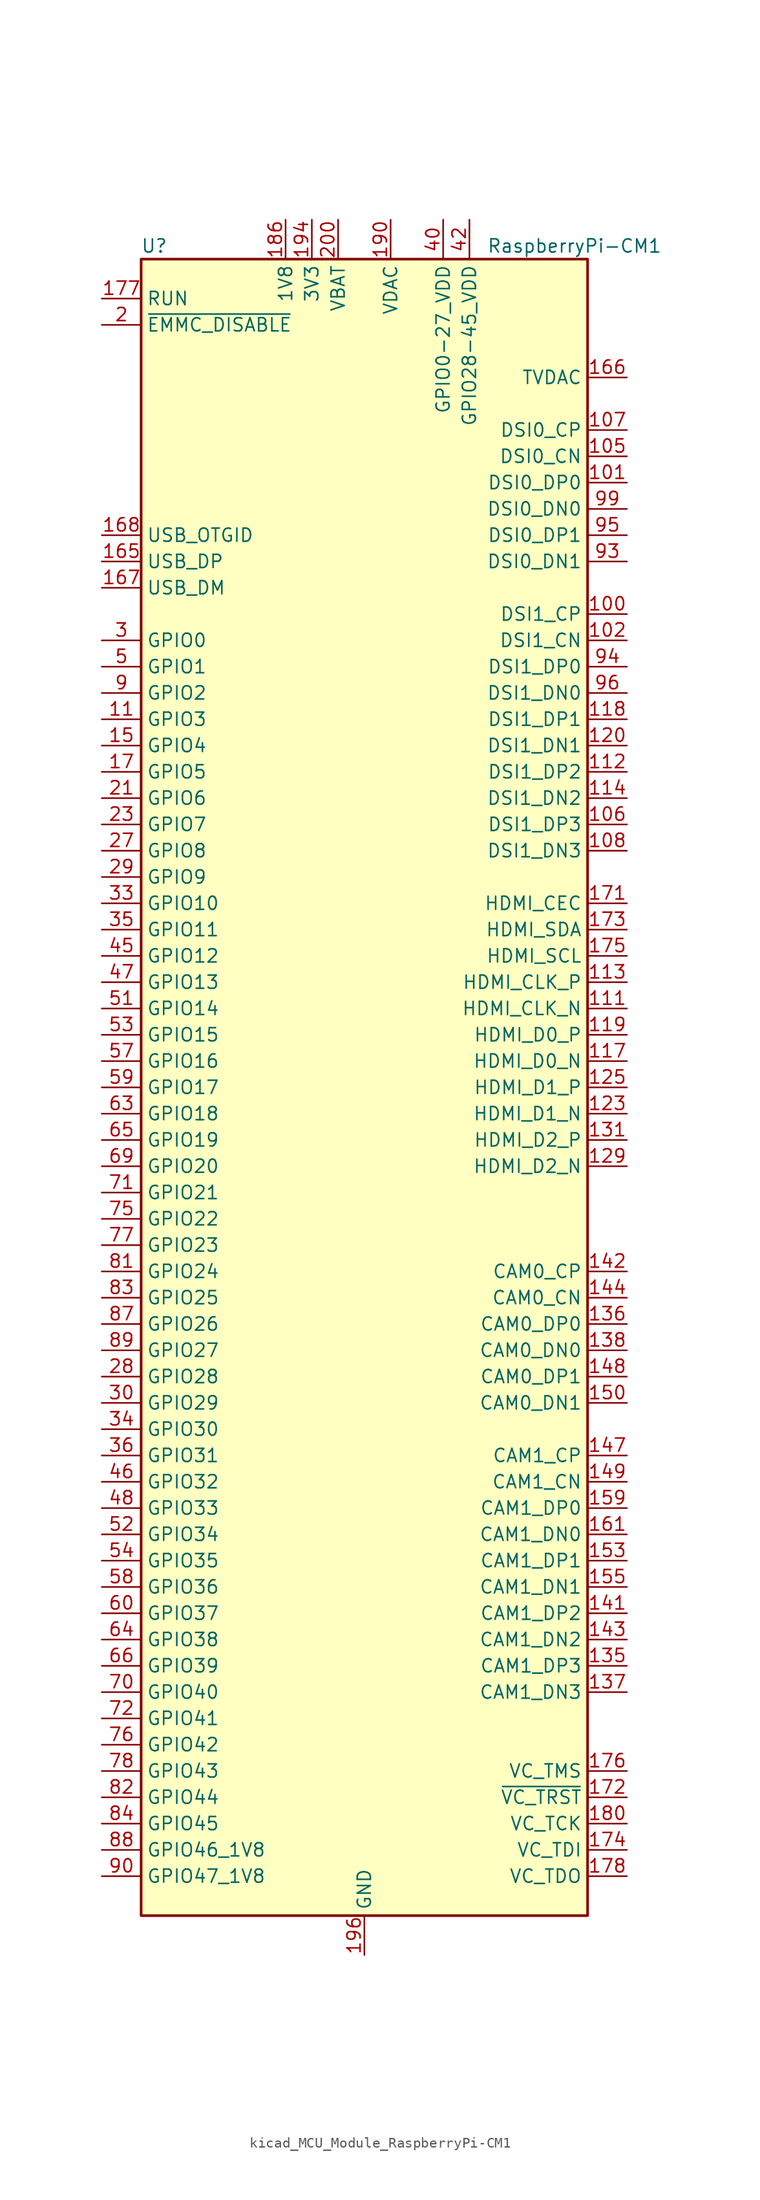
<source format=kicad_sym>
(kicad_symbol_lib
  (version 20220914)
  (generator kicad_symbol_editor)
  (symbol "kicad_MCU_Module_RaspberryPi-CM1"
    (property "Reference" "U"
      (at -20.32 81.28 0)
      (effects (font (size 1.27 1.27))))
    (property "Value" "RaspberryPi-CM1"
      (at 20.32 81.28 0)
      (effects (font (size 1.27 1.27))))
    (symbol "kicad_MCU_Module_RaspberryPi-CM1_0_1"
      (rectangle (start -21.59 80.01) (end 21.59 -80.01) (stroke (width 0.254) (type default)) (fill (type background))))
    (symbol "kicad_MCU_Module_RaspberryPi-CM1_1_1"
      (pin passive line (at 0 -83.82 90) (length 3.81) hide (name "GND" (effects (font (size 1.27 1.27)))) (number "1" (effects (font (size 1.27 1.27)))))
      (pin no_connect line (at -20.32 71.12 0) (length 2.54) hide (name "NC" (effects (font (size 1.27 1.27)))) (number "10" (effects (font (size 1.27 1.27)))))
      (pin output line (at 25.4 45.72 180) (length 3.81) (name "DSI1_CP" (effects (font (size 1.27 1.27)))) (number "100" (effects (font (size 1.27 1.27)))))
      (pin output line (at 25.4 58.42 180) (length 3.81) (name "DSI0_DP0" (effects (font (size 1.27 1.27)))) (number "101" (effects (font (size 1.27 1.27)))))
      (pin output line (at 25.4 43.18 180) (length 3.81) (name "DSI1_CN" (effects (font (size 1.27 1.27)))) (number "102" (effects (font (size 1.27 1.27)))))
      (pin passive line (at 0 -83.82 90) (length 3.81) hide (name "GND" (effects (font (size 1.27 1.27)))) (number "103" (effects (font (size 1.27 1.27)))))
      (pin passive line (at 0 -83.82 90) (length 3.81) hide (name "GND" (effects (font (size 1.27 1.27)))) (number "104" (effects (font (size 1.27 1.27)))))
      (pin output line (at 25.4 60.96 180) (length 3.81) (name "DSI0_CN" (effects (font (size 1.27 1.27)))) (number "105" (effects (font (size 1.27 1.27)))))
      (pin output line (at 25.4 25.4 180) (length 3.81) (name "DSI1_DP3" (effects (font (size 1.27 1.27)))) (number "106" (effects (font (size 1.27 1.27)))))
      (pin output line (at 25.4 63.5 180) (length 3.81) (name "DSI0_CP" (effects (font (size 1.27 1.27)))) (number "107" (effects (font (size 1.27 1.27)))))
      (pin output line (at 25.4 22.86 180) (length 3.81) (name "DSI1_DN3" (effects (font (size 1.27 1.27)))) (number "108" (effects (font (size 1.27 1.27)))))
      (pin passive line (at 0 -83.82 90) (length 3.81) hide (name "GND" (effects (font (size 1.27 1.27)))) (number "109" (effects (font (size 1.27 1.27)))))
      (pin bidirectional line (at -25.4 35.56 0) (length 3.81) (name "GPIO3" (effects (font (size 1.27 1.27)))) (number "11" (effects (font (size 1.27 1.27)))))
      (pin passive line (at 0 -83.82 90) (length 3.81) hide (name "GND" (effects (font (size 1.27 1.27)))) (number "110" (effects (font (size 1.27 1.27)))))
      (pin output line (at 25.4 7.62 180) (length 3.81) (name "HDMI_CLK_N" (effects (font (size 1.27 1.27)))) (number "111" (effects (font (size 1.27 1.27)))))
      (pin output line (at 25.4 30.48 180) (length 3.81) (name "DSI1_DP2" (effects (font (size 1.27 1.27)))) (number "112" (effects (font (size 1.27 1.27)))))
      (pin output line (at 25.4 10.16 180) (length 3.81) (name "HDMI_CLK_P" (effects (font (size 1.27 1.27)))) (number "113" (effects (font (size 1.27 1.27)))))
      (pin output line (at 25.4 27.94 180) (length 3.81) (name "DSI1_DN2" (effects (font (size 1.27 1.27)))) (number "114" (effects (font (size 1.27 1.27)))))
      (pin passive line (at 0 -83.82 90) (length 3.81) hide (name "GND" (effects (font (size 1.27 1.27)))) (number "115" (effects (font (size 1.27 1.27)))))
      (pin passive line (at 0 -83.82 90) (length 3.81) hide (name "GND" (effects (font (size 1.27 1.27)))) (number "116" (effects (font (size 1.27 1.27)))))
      (pin output line (at 25.4 2.54 180) (length 3.81) (name "HDMI_D0_N" (effects (font (size 1.27 1.27)))) (number "117" (effects (font (size 1.27 1.27)))))
      (pin output line (at 25.4 35.56 180) (length 3.81) (name "DSI1_DP1" (effects (font (size 1.27 1.27)))) (number "118" (effects (font (size 1.27 1.27)))))
      (pin output line (at 25.4 5.08 180) (length 3.81) (name "HDMI_D0_P" (effects (font (size 1.27 1.27)))) (number "119" (effects (font (size 1.27 1.27)))))
      (pin no_connect line (at -20.32 68.58 0) (length 2.54) hide (name "NC" (effects (font (size 1.27 1.27)))) (number "12" (effects (font (size 1.27 1.27)))))
      (pin output line (at 25.4 33.02 180) (length 3.81) (name "DSI1_DN1" (effects (font (size 1.27 1.27)))) (number "120" (effects (font (size 1.27 1.27)))))
      (pin passive line (at 0 -83.82 90) (length 3.81) hide (name "GND" (effects (font (size 1.27 1.27)))) (number "121" (effects (font (size 1.27 1.27)))))
      (pin passive line (at 0 -83.82 90) (length 3.81) hide (name "GND" (effects (font (size 1.27 1.27)))) (number "122" (effects (font (size 1.27 1.27)))))
      (pin output line (at 25.4 -2.54 180) (length 3.81) (name "HDMI_D1_N" (effects (font (size 1.27 1.27)))) (number "123" (effects (font (size 1.27 1.27)))))
      (pin no_connect line (at 20.32 76.2 180) (length 2.54) hide (name "NC" (effects (font (size 1.27 1.27)))) (number "124" (effects (font (size 1.27 1.27)))))
      (pin output line (at 25.4 0 180) (length 3.81) (name "HDMI_D1_P" (effects (font (size 1.27 1.27)))) (number "125" (effects (font (size 1.27 1.27)))))
      (pin no_connect line (at 20.32 73.66 180) (length 2.54) hide (name "NC" (effects (font (size 1.27 1.27)))) (number "126" (effects (font (size 1.27 1.27)))))
      (pin passive line (at 0 -83.82 90) (length 3.81) hide (name "GND" (effects (font (size 1.27 1.27)))) (number "127" (effects (font (size 1.27 1.27)))))
      (pin no_connect line (at 20.32 71.12 180) (length 2.54) hide (name "NC" (effects (font (size 1.27 1.27)))) (number "128" (effects (font (size 1.27 1.27)))))
      (pin output line (at 25.4 -7.62 180) (length 3.81) (name "HDMI_D2_N" (effects (font (size 1.27 1.27)))) (number "129" (effects (font (size 1.27 1.27)))))
      (pin passive line (at 0 -83.82 90) (length 3.81) hide (name "GND" (effects (font (size 1.27 1.27)))) (number "13" (effects (font (size 1.27 1.27)))))
      (pin no_connect line (at 20.32 66.04 180) (length 2.54) hide (name "NC" (effects (font (size 1.27 1.27)))) (number "130" (effects (font (size 1.27 1.27)))))
      (pin output line (at 25.4 -5.08 180) (length 3.81) (name "HDMI_D2_P" (effects (font (size 1.27 1.27)))) (number "131" (effects (font (size 1.27 1.27)))))
      (pin no_connect line (at 20.32 48.26 180) (length 2.54) hide (name "NC" (effects (font (size 1.27 1.27)))) (number "132" (effects (font (size 1.27 1.27)))))
      (pin passive line (at 0 -83.82 90) (length 3.81) hide (name "GND" (effects (font (size 1.27 1.27)))) (number "133" (effects (font (size 1.27 1.27)))))
      (pin passive line (at 0 -83.82 90) (length 3.81) hide (name "GND" (effects (font (size 1.27 1.27)))) (number "134" (effects (font (size 1.27 1.27)))))
      (pin input line (at 25.4 -55.88 180) (length 3.81) (name "CAM1_DP3" (effects (font (size 1.27 1.27)))) (number "135" (effects (font (size 1.27 1.27)))))
      (pin input line (at 25.4 -22.86 180) (length 3.81) (name "CAM0_DP0" (effects (font (size 1.27 1.27)))) (number "136" (effects (font (size 1.27 1.27)))))
      (pin input line (at 25.4 -58.42 180) (length 3.81) (name "CAM1_DN3" (effects (font (size 1.27 1.27)))) (number "137" (effects (font (size 1.27 1.27)))))
      (pin input line (at 25.4 -25.4 180) (length 3.81) (name "CAM0_DN0" (effects (font (size 1.27 1.27)))) (number "138" (effects (font (size 1.27 1.27)))))
      (pin passive line (at 0 -83.82 90) (length 3.81) hide (name "GND" (effects (font (size 1.27 1.27)))) (number "139" (effects (font (size 1.27 1.27)))))
      (pin no_connect line (at 5.08 -78.74 90) (length 2.54) hide (name "NC" (effects (font (size 1.27 1.27)))) (number "14" (effects (font (size 1.27 1.27)))))
      (pin passive line (at 0 -83.82 90) (length 3.81) hide (name "GND" (effects (font (size 1.27 1.27)))) (number "140" (effects (font (size 1.27 1.27)))))
      (pin input line (at 25.4 -50.8 180) (length 3.81) (name "CAM1_DP2" (effects (font (size 1.27 1.27)))) (number "141" (effects (font (size 1.27 1.27)))))
      (pin input line (at 25.4 -17.78 180) (length 3.81) (name "CAM0_CP" (effects (font (size 1.27 1.27)))) (number "142" (effects (font (size 1.27 1.27)))))
      (pin input line (at 25.4 -53.34 180) (length 3.81) (name "CAM1_DN2" (effects (font (size 1.27 1.27)))) (number "143" (effects (font (size 1.27 1.27)))))
      (pin input line (at 25.4 -20.32 180) (length 3.81) (name "CAM0_CN" (effects (font (size 1.27 1.27)))) (number "144" (effects (font (size 1.27 1.27)))))
      (pin passive line (at 0 -83.82 90) (length 3.81) hide (name "GND" (effects (font (size 1.27 1.27)))) (number "145" (effects (font (size 1.27 1.27)))))
      (pin passive line (at 0 -83.82 90) (length 3.81) hide (name "GND" (effects (font (size 1.27 1.27)))) (number "146" (effects (font (size 1.27 1.27)))))
      (pin input line (at 25.4 -35.56 180) (length 3.81) (name "CAM1_CP" (effects (font (size 1.27 1.27)))) (number "147" (effects (font (size 1.27 1.27)))))
      (pin input line (at 25.4 -27.94 180) (length 3.81) (name "CAM0_DP1" (effects (font (size 1.27 1.27)))) (number "148" (effects (font (size 1.27 1.27)))))
      (pin input line (at 25.4 -38.1 180) (length 3.81) (name "CAM1_CN" (effects (font (size 1.27 1.27)))) (number "149" (effects (font (size 1.27 1.27)))))
      (pin bidirectional line (at -25.4 33.02 0) (length 3.81) (name "GPIO4" (effects (font (size 1.27 1.27)))) (number "15" (effects (font (size 1.27 1.27)))))
      (pin input line (at 25.4 -30.48 180) (length 3.81) (name "CAM0_DN1" (effects (font (size 1.27 1.27)))) (number "150" (effects (font (size 1.27 1.27)))))
      (pin passive line (at 0 -83.82 90) (length 3.81) hide (name "GND" (effects (font (size 1.27 1.27)))) (number "151" (effects (font (size 1.27 1.27)))))
      (pin passive line (at 0 -83.82 90) (length 3.81) hide (name "GND" (effects (font (size 1.27 1.27)))) (number "152" (effects (font (size 1.27 1.27)))))
      (pin input line (at 25.4 -45.72 180) (length 3.81) (name "CAM1_DP1" (effects (font (size 1.27 1.27)))) (number "153" (effects (font (size 1.27 1.27)))))
      (pin no_connect line (at 20.32 -15.24 180) (length 2.54) hide (name "NC" (effects (font (size 1.27 1.27)))) (number "154" (effects (font (size 1.27 1.27)))))
      (pin input line (at 25.4 -48.26 180) (length 3.81) (name "CAM1_DN1" (effects (font (size 1.27 1.27)))) (number "155" (effects (font (size 1.27 1.27)))))
      (pin no_connect line (at 20.32 -12.7 180) (length 2.54) hide (name "NC" (effects (font (size 1.27 1.27)))) (number "156" (effects (font (size 1.27 1.27)))))
      (pin passive line (at 0 -83.82 90) (length 3.81) hide (name "GND" (effects (font (size 1.27 1.27)))) (number "157" (effects (font (size 1.27 1.27)))))
      (pin no_connect line (at 20.32 20.32 180) (length 2.54) hide (name "NC" (effects (font (size 1.27 1.27)))) (number "158" (effects (font (size 1.27 1.27)))))
      (pin input line (at 25.4 -40.64 180) (length 3.81) (name "CAM1_DP0" (effects (font (size 1.27 1.27)))) (number "159" (effects (font (size 1.27 1.27)))))
      (pin no_connect line (at -20.32 66.04 0) (length 2.54) hide (name "NC" (effects (font (size 1.27 1.27)))) (number "16" (effects (font (size 1.27 1.27)))))
      (pin no_connect line (at 20.32 -60.96 180) (length 2.54) hide (name "NC" (effects (font (size 1.27 1.27)))) (number "160" (effects (font (size 1.27 1.27)))))
      (pin input line (at 25.4 -43.18 180) (length 3.81) (name "CAM1_DN0" (effects (font (size 1.27 1.27)))) (number "161" (effects (font (size 1.27 1.27)))))
      (pin no_connect line (at 20.32 -63.5 180) (length 2.54) hide (name "NC" (effects (font (size 1.27 1.27)))) (number "162" (effects (font (size 1.27 1.27)))))
      (pin passive line (at 0 -83.82 90) (length 3.81) hide (name "GND" (effects (font (size 1.27 1.27)))) (number "163" (effects (font (size 1.27 1.27)))))
      (pin passive line (at 0 -83.82 90) (length 3.81) hide (name "GND" (effects (font (size 1.27 1.27)))) (number "164" (effects (font (size 1.27 1.27)))))
      (pin bidirectional line (at -25.4 50.8 0) (length 3.81) (name "USB_DP" (effects (font (size 1.27 1.27)))) (number "165" (effects (font (size 1.27 1.27)))))
      (pin output line (at 25.4 68.58 180) (length 3.81) (name "TVDAC" (effects (font (size 1.27 1.27)))) (number "166" (effects (font (size 1.27 1.27)))))
      (pin bidirectional line (at -25.4 48.26 0) (length 3.81) (name "USB_DM" (effects (font (size 1.27 1.27)))) (number "167" (effects (font (size 1.27 1.27)))))
      (pin passive line (at -25.4 53.34 0) (length 3.81) (name "USB_OTGID" (effects (font (size 1.27 1.27)))) (number "168" (effects (font (size 1.27 1.27)))))
      (pin passive line (at 0 -83.82 90) (length 3.81) hide (name "GND" (effects (font (size 1.27 1.27)))) (number "169" (effects (font (size 1.27 1.27)))))
      (pin bidirectional line (at -25.4 30.48 0) (length 3.81) (name "GPIO5" (effects (font (size 1.27 1.27)))) (number "17" (effects (font (size 1.27 1.27)))))
      (pin passive line (at 0 -83.82 90) (length 3.81) hide (name "GND" (effects (font (size 1.27 1.27)))) (number "170" (effects (font (size 1.27 1.27)))))
      (pin bidirectional line (at 25.4 17.78 180) (length 3.81) (name "HDMI_CEC" (effects (font (size 1.27 1.27)))) (number "171" (effects (font (size 1.27 1.27)))))
      (pin input line (at 25.4 -68.58 180) (length 3.81) (name "~{VC_TRST}" (effects (font (size 1.27 1.27)))) (number "172" (effects (font (size 1.27 1.27)))))
      (pin bidirectional line (at 25.4 15.24 180) (length 3.81) (name "HDMI_SDA" (effects (font (size 1.27 1.27)))) (number "173" (effects (font (size 1.27 1.27)))))
      (pin input line (at 25.4 -73.66 180) (length 3.81) (name "VC_TDI" (effects (font (size 1.27 1.27)))) (number "174" (effects (font (size 1.27 1.27)))))
      (pin bidirectional line (at 25.4 12.7 180) (length 3.81) (name "HDMI_SCL" (effects (font (size 1.27 1.27)))) (number "175" (effects (font (size 1.27 1.27)))))
      (pin input line (at 25.4 -66.04 180) (length 3.81) (name "VC_TMS" (effects (font (size 1.27 1.27)))) (number "176" (effects (font (size 1.27 1.27)))))
      (pin input line (at -25.4 76.2 0) (length 3.81) (name "RUN" (effects (font (size 1.27 1.27)))) (number "177" (effects (font (size 1.27 1.27)))))
      (pin output line (at 25.4 -76.2 180) (length 3.81) (name "VC_TDO" (effects (font (size 1.27 1.27)))) (number "178" (effects (font (size 1.27 1.27)))))
      (pin no_connect line (at 0 78.74 270) (length 2.54) hide (name "VDD_CORE_(DO_NOT_CONNECT)" (effects (font (size 1.27 1.27)))) (number "179" (effects (font (size 1.27 1.27)))))
      (pin no_connect line (at -20.32 63.5 0) (length 2.54) hide (name "NC" (effects (font (size 1.27 1.27)))) (number "18" (effects (font (size 1.27 1.27)))))
      (pin input line (at 25.4 -71.12 180) (length 3.81) (name "VC_TCK" (effects (font (size 1.27 1.27)))) (number "180" (effects (font (size 1.27 1.27)))))
      (pin passive line (at 0 -83.82 90) (length 3.81) hide (name "GND" (effects (font (size 1.27 1.27)))) (number "181" (effects (font (size 1.27 1.27)))))
      (pin passive line (at 0 -83.82 90) (length 3.81) hide (name "GND" (effects (font (size 1.27 1.27)))) (number "182" (effects (font (size 1.27 1.27)))))
      (pin passive line (at -7.62 83.82 270) (length 3.81) hide (name "1V8" (effects (font (size 1.27 1.27)))) (number "183" (effects (font (size 1.27 1.27)))))
      (pin passive line (at -7.62 83.82 270) (length 3.81) hide (name "1V8" (effects (font (size 1.27 1.27)))) (number "184" (effects (font (size 1.27 1.27)))))
      (pin passive line (at -7.62 83.82 270) (length 3.81) hide (name "1V8" (effects (font (size 1.27 1.27)))) (number "185" (effects (font (size 1.27 1.27)))))
      (pin power_in line (at -7.62 83.82 270) (length 3.81) (name "1V8" (effects (font (size 1.27 1.27)))) (number "186" (effects (font (size 1.27 1.27)))))
      (pin passive line (at 0 -83.82 90) (length 3.81) hide (name "GND" (effects (font (size 1.27 1.27)))) (number "187" (effects (font (size 1.27 1.27)))))
      (pin passive line (at 0 -83.82 90) (length 3.81) hide (name "GND" (effects (font (size 1.27 1.27)))) (number "188" (effects (font (size 1.27 1.27)))))
      (pin passive line (at 2.54 83.82 270) (length 3.81) hide (name "VDAC" (effects (font (size 1.27 1.27)))) (number "189" (effects (font (size 1.27 1.27)))))
      (pin passive line (at 0 -83.82 90) (length 3.81) hide (name "GND" (effects (font (size 1.27 1.27)))) (number "19" (effects (font (size 1.27 1.27)))))
      (pin power_in line (at 2.54 83.82 270) (length 3.81) (name "VDAC" (effects (font (size 1.27 1.27)))) (number "190" (effects (font (size 1.27 1.27)))))
      (pin passive line (at -5.08 83.82 270) (length 3.81) hide (name "3V3" (effects (font (size 1.27 1.27)))) (number "191" (effects (font (size 1.27 1.27)))))
      (pin passive line (at -5.08 83.82 270) (length 3.81) hide (name "3V3" (effects (font (size 1.27 1.27)))) (number "192" (effects (font (size 1.27 1.27)))))
      (pin passive line (at -5.08 83.82 270) (length 3.81) hide (name "3V3" (effects (font (size 1.27 1.27)))) (number "193" (effects (font (size 1.27 1.27)))))
      (pin power_in line (at -5.08 83.82 270) (length 3.81) (name "3V3" (effects (font (size 1.27 1.27)))) (number "194" (effects (font (size 1.27 1.27)))))
      (pin passive line (at 0 -83.82 90) (length 3.81) hide (name "GND" (effects (font (size 1.27 1.27)))) (number "195" (effects (font (size 1.27 1.27)))))
      (pin power_out line (at 0 -83.82 90) (length 3.81) (name "GND" (effects (font (size 1.27 1.27)))) (number "196" (effects (font (size 1.27 1.27)))))
      (pin passive line (at -2.54 83.82 270) (length 3.81) hide (name "VBAT" (effects (font (size 1.27 1.27)))) (number "197" (effects (font (size 1.27 1.27)))))
      (pin passive line (at -2.54 83.82 270) (length 3.81) hide (name "VBAT" (effects (font (size 1.27 1.27)))) (number "198" (effects (font (size 1.27 1.27)))))
      (pin passive line (at -2.54 83.82 270) (length 3.81) hide (name "VBAT" (effects (font (size 1.27 1.27)))) (number "199" (effects (font (size 1.27 1.27)))))
      (pin input line (at -25.4 73.66 0) (length 3.81) (name "~{EMMC_DISABLE}" (effects (font (size 1.27 1.27)))) (number "2" (effects (font (size 1.27 1.27)))))
      (pin no_connect line (at 7.62 -78.74 90) (length 2.54) hide (name "NC" (effects (font (size 1.27 1.27)))) (number "20" (effects (font (size 1.27 1.27)))))
      (pin power_in line (at -2.54 83.82 270) (length 3.81) (name "VBAT" (effects (font (size 1.27 1.27)))) (number "200" (effects (font (size 1.27 1.27)))))
      (pin bidirectional line (at -25.4 27.94 0) (length 3.81) (name "GPIO6" (effects (font (size 1.27 1.27)))) (number "21" (effects (font (size 1.27 1.27)))))
      (pin no_connect line (at -20.32 60.96 0) (length 2.54) hide (name "NC" (effects (font (size 1.27 1.27)))) (number "22" (effects (font (size 1.27 1.27)))))
      (pin bidirectional line (at -25.4 25.4 0) (length 3.81) (name "GPIO7" (effects (font (size 1.27 1.27)))) (number "23" (effects (font (size 1.27 1.27)))))
      (pin no_connect line (at -20.32 58.42 0) (length 2.54) hide (name "NC" (effects (font (size 1.27 1.27)))) (number "24" (effects (font (size 1.27 1.27)))))
      (pin passive line (at 0 -83.82 90) (length 3.81) hide (name "GND" (effects (font (size 1.27 1.27)))) (number "25" (effects (font (size 1.27 1.27)))))
      (pin passive line (at 0 -83.82 90) (length 3.81) hide (name "GND" (effects (font (size 1.27 1.27)))) (number "26" (effects (font (size 1.27 1.27)))))
      (pin bidirectional line (at -25.4 22.86 0) (length 3.81) (name "GPIO8" (effects (font (size 1.27 1.27)))) (number "27" (effects (font (size 1.27 1.27)))))
      (pin bidirectional line (at -25.4 -27.94 0) (length 3.81) (name "GPIO28" (effects (font (size 1.27 1.27)))) (number "28" (effects (font (size 1.27 1.27)))))
      (pin bidirectional line (at -25.4 20.32 0) (length 3.81) (name "GPIO9" (effects (font (size 1.27 1.27)))) (number "29" (effects (font (size 1.27 1.27)))))
      (pin bidirectional line (at -25.4 43.18 0) (length 3.81) (name "GPIO0" (effects (font (size 1.27 1.27)))) (number "3" (effects (font (size 1.27 1.27)))))
      (pin bidirectional line (at -25.4 -30.48 0) (length 3.81) (name "GPIO29" (effects (font (size 1.27 1.27)))) (number "30" (effects (font (size 1.27 1.27)))))
      (pin passive line (at 0 -83.82 90) (length 3.81) hide (name "GND" (effects (font (size 1.27 1.27)))) (number "31" (effects (font (size 1.27 1.27)))))
      (pin passive line (at 0 -83.82 90) (length 3.81) hide (name "GND" (effects (font (size 1.27 1.27)))) (number "32" (effects (font (size 1.27 1.27)))))
      (pin bidirectional line (at -25.4 17.78 0) (length 3.81) (name "GPIO10" (effects (font (size 1.27 1.27)))) (number "33" (effects (font (size 1.27 1.27)))))
      (pin bidirectional line (at -25.4 -33.02 0) (length 3.81) (name "GPIO30" (effects (font (size 1.27 1.27)))) (number "34" (effects (font (size 1.27 1.27)))))
      (pin bidirectional line (at -25.4 15.24 0) (length 3.81) (name "GPIO11" (effects (font (size 1.27 1.27)))) (number "35" (effects (font (size 1.27 1.27)))))
      (pin bidirectional line (at -25.4 -35.56 0) (length 3.81) (name "GPIO31" (effects (font (size 1.27 1.27)))) (number "36" (effects (font (size 1.27 1.27)))))
      (pin passive line (at 0 -83.82 90) (length 3.81) hide (name "GND" (effects (font (size 1.27 1.27)))) (number "37" (effects (font (size 1.27 1.27)))))
      (pin passive line (at 0 -83.82 90) (length 3.81) hide (name "GND" (effects (font (size 1.27 1.27)))) (number "38" (effects (font (size 1.27 1.27)))))
      (pin passive line (at 7.62 83.82 270) (length 3.81) hide (name "GPIO0-27_VDD" (effects (font (size 1.27 1.27)))) (number "39" (effects (font (size 1.27 1.27)))))
      (pin no_connect line (at 5.08 78.74 270) (length 2.54) hide (name "NC" (effects (font (size 1.27 1.27)))) (number "4" (effects (font (size 1.27 1.27)))))
      (pin power_in line (at 7.62 83.82 270) (length 3.81) (name "GPIO0-27_VDD" (effects (font (size 1.27 1.27)))) (number "40" (effects (font (size 1.27 1.27)))))
      (pin passive line (at 10.16 83.82 270) (length 3.81) hide (name "GPIO28-45_VDD" (effects (font (size 1.27 1.27)))) (number "41" (effects (font (size 1.27 1.27)))))
      (pin power_in line (at 10.16 83.82 270) (length 3.81) (name "GPIO28-45_VDD" (effects (font (size 1.27 1.27)))) (number "42" (effects (font (size 1.27 1.27)))))
      (pin passive line (at 0 -83.82 90) (length 3.81) hide (name "GND" (effects (font (size 1.27 1.27)))) (number "43" (effects (font (size 1.27 1.27)))))
      (pin passive line (at 0 -83.82 90) (length 3.81) hide (name "GND" (effects (font (size 1.27 1.27)))) (number "44" (effects (font (size 1.27 1.27)))))
      (pin bidirectional line (at -25.4 12.7 0) (length 3.81) (name "GPIO12" (effects (font (size 1.27 1.27)))) (number "45" (effects (font (size 1.27 1.27)))))
      (pin bidirectional line (at -25.4 -38.1 0) (length 3.81) (name "GPIO32" (effects (font (size 1.27 1.27)))) (number "46" (effects (font (size 1.27 1.27)))))
      (pin bidirectional line (at -25.4 10.16 0) (length 3.81) (name "GPIO13" (effects (font (size 1.27 1.27)))) (number "47" (effects (font (size 1.27 1.27)))))
      (pin bidirectional line (at -25.4 -40.64 0) (length 3.81) (name "GPIO33" (effects (font (size 1.27 1.27)))) (number "48" (effects (font (size 1.27 1.27)))))
      (pin passive line (at 0 -83.82 90) (length 3.81) hide (name "GND" (effects (font (size 1.27 1.27)))) (number "49" (effects (font (size 1.27 1.27)))))
      (pin bidirectional line (at -25.4 40.64 0) (length 3.81) (name "GPIO1" (effects (font (size 1.27 1.27)))) (number "5" (effects (font (size 1.27 1.27)))))
      (pin passive line (at 0 -83.82 90) (length 3.81) hide (name "GND" (effects (font (size 1.27 1.27)))) (number "50" (effects (font (size 1.27 1.27)))))
      (pin bidirectional line (at -25.4 7.62 0) (length 3.81) (name "GPIO14" (effects (font (size 1.27 1.27)))) (number "51" (effects (font (size 1.27 1.27)))))
      (pin bidirectional line (at -25.4 -43.18 0) (length 3.81) (name "GPIO34" (effects (font (size 1.27 1.27)))) (number "52" (effects (font (size 1.27 1.27)))))
      (pin bidirectional line (at -25.4 5.08 0) (length 3.81) (name "GPIO15" (effects (font (size 1.27 1.27)))) (number "53" (effects (font (size 1.27 1.27)))))
      (pin bidirectional line (at -25.4 -45.72 0) (length 3.81) (name "GPIO35" (effects (font (size 1.27 1.27)))) (number "54" (effects (font (size 1.27 1.27)))))
      (pin passive line (at 0 -83.82 90) (length 3.81) hide (name "GND" (effects (font (size 1.27 1.27)))) (number "55" (effects (font (size 1.27 1.27)))))
      (pin passive line (at 0 -83.82 90) (length 3.81) hide (name "GND" (effects (font (size 1.27 1.27)))) (number "56" (effects (font (size 1.27 1.27)))))
      (pin bidirectional line (at -25.4 2.54 0) (length 3.81) (name "GPIO16" (effects (font (size 1.27 1.27)))) (number "57" (effects (font (size 1.27 1.27)))))
      (pin bidirectional line (at -25.4 -48.26 0) (length 3.81) (name "GPIO36" (effects (font (size 1.27 1.27)))) (number "58" (effects (font (size 1.27 1.27)))))
      (pin bidirectional line (at -25.4 0 0) (length 3.81) (name "GPIO17" (effects (font (size 1.27 1.27)))) (number "59" (effects (font (size 1.27 1.27)))))
      (pin no_connect line (at 12.7 78.74 270) (length 2.54) hide (name "NC" (effects (font (size 1.27 1.27)))) (number "6" (effects (font (size 1.27 1.27)))))
      (pin bidirectional line (at -25.4 -50.8 0) (length 3.81) (name "GPIO37" (effects (font (size 1.27 1.27)))) (number "60" (effects (font (size 1.27 1.27)))))
      (pin passive line (at 0 -83.82 90) (length 3.81) hide (name "GND" (effects (font (size 1.27 1.27)))) (number "61" (effects (font (size 1.27 1.27)))))
      (pin passive line (at 0 -83.82 90) (length 3.81) hide (name "GND" (effects (font (size 1.27 1.27)))) (number "62" (effects (font (size 1.27 1.27)))))
      (pin bidirectional line (at -25.4 -2.54 0) (length 3.81) (name "GPIO18" (effects (font (size 1.27 1.27)))) (number "63" (effects (font (size 1.27 1.27)))))
      (pin bidirectional line (at -25.4 -53.34 0) (length 3.81) (name "GPIO38" (effects (font (size 1.27 1.27)))) (number "64" (effects (font (size 1.27 1.27)))))
      (pin bidirectional line (at -25.4 -5.08 0) (length 3.81) (name "GPIO19" (effects (font (size 1.27 1.27)))) (number "65" (effects (font (size 1.27 1.27)))))
      (pin bidirectional line (at -25.4 -55.88 0) (length 3.81) (name "GPIO39" (effects (font (size 1.27 1.27)))) (number "66" (effects (font (size 1.27 1.27)))))
      (pin passive line (at 0 -83.82 90) (length 3.81) hide (name "GND" (effects (font (size 1.27 1.27)))) (number "67" (effects (font (size 1.27 1.27)))))
      (pin passive line (at 0 -83.82 90) (length 3.81) hide (name "GND" (effects (font (size 1.27 1.27)))) (number "68" (effects (font (size 1.27 1.27)))))
      (pin bidirectional line (at -25.4 -7.62 0) (length 3.81) (name "GPIO20" (effects (font (size 1.27 1.27)))) (number "69" (effects (font (size 1.27 1.27)))))
      (pin passive line (at 0 -83.82 90) (length 3.81) hide (name "GND" (effects (font (size 1.27 1.27)))) (number "7" (effects (font (size 1.27 1.27)))))
      (pin bidirectional line (at -25.4 -58.42 0) (length 3.81) (name "GPIO40" (effects (font (size 1.27 1.27)))) (number "70" (effects (font (size 1.27 1.27)))))
      (pin bidirectional line (at -25.4 -10.16 0) (length 3.81) (name "GPIO21" (effects (font (size 1.27 1.27)))) (number "71" (effects (font (size 1.27 1.27)))))
      (pin bidirectional line (at -25.4 -60.96 0) (length 3.81) (name "GPIO41" (effects (font (size 1.27 1.27)))) (number "72" (effects (font (size 1.27 1.27)))))
      (pin passive line (at 0 -83.82 90) (length 3.81) hide (name "GND" (effects (font (size 1.27 1.27)))) (number "73" (effects (font (size 1.27 1.27)))))
      (pin passive line (at 0 -83.82 90) (length 3.81) hide (name "GND" (effects (font (size 1.27 1.27)))) (number "74" (effects (font (size 1.27 1.27)))))
      (pin bidirectional line (at -25.4 -12.7 0) (length 3.81) (name "GPIO22" (effects (font (size 1.27 1.27)))) (number "75" (effects (font (size 1.27 1.27)))))
      (pin bidirectional line (at -25.4 -63.5 0) (length 3.81) (name "GPIO42" (effects (font (size 1.27 1.27)))) (number "76" (effects (font (size 1.27 1.27)))))
      (pin bidirectional line (at -25.4 -15.24 0) (length 3.81) (name "GPIO23" (effects (font (size 1.27 1.27)))) (number "77" (effects (font (size 1.27 1.27)))))
      (pin bidirectional line (at -25.4 -66.04 0) (length 3.81) (name "GPIO43" (effects (font (size 1.27 1.27)))) (number "78" (effects (font (size 1.27 1.27)))))
      (pin passive line (at 0 -83.82 90) (length 3.81) hide (name "GND" (effects (font (size 1.27 1.27)))) (number "79" (effects (font (size 1.27 1.27)))))
      (pin no_connect line (at 2.54 -78.74 90) (length 2.54) hide (name "NC" (effects (font (size 1.27 1.27)))) (number "8" (effects (font (size 1.27 1.27)))))
      (pin passive line (at 0 -83.82 90) (length 3.81) hide (name "GND" (effects (font (size 1.27 1.27)))) (number "80" (effects (font (size 1.27 1.27)))))
      (pin bidirectional line (at -25.4 -17.78 0) (length 3.81) (name "GPIO24" (effects (font (size 1.27 1.27)))) (number "81" (effects (font (size 1.27 1.27)))))
      (pin bidirectional line (at -25.4 -68.58 0) (length 3.81) (name "GPIO44" (effects (font (size 1.27 1.27)))) (number "82" (effects (font (size 1.27 1.27)))))
      (pin bidirectional line (at -25.4 -20.32 0) (length 3.81) (name "GPIO25" (effects (font (size 1.27 1.27)))) (number "83" (effects (font (size 1.27 1.27)))))
      (pin bidirectional line (at -25.4 -71.12 0) (length 3.81) (name "GPIO45" (effects (font (size 1.27 1.27)))) (number "84" (effects (font (size 1.27 1.27)))))
      (pin passive line (at 0 -83.82 90) (length 3.81) hide (name "GND" (effects (font (size 1.27 1.27)))) (number "85" (effects (font (size 1.27 1.27)))))
      (pin passive line (at 0 -83.82 90) (length 3.81) hide (name "GND" (effects (font (size 1.27 1.27)))) (number "86" (effects (font (size 1.27 1.27)))))
      (pin bidirectional line (at -25.4 -22.86 0) (length 3.81) (name "GPIO26" (effects (font (size 1.27 1.27)))) (number "87" (effects (font (size 1.27 1.27)))))
      (pin bidirectional line (at -25.4 -73.66 0) (length 3.81) (name "GPIO46_1V8" (effects (font (size 1.27 1.27)))) (number "88" (effects (font (size 1.27 1.27)))))
      (pin bidirectional line (at -25.4 -25.4 0) (length 3.81) (name "GPIO27" (effects (font (size 1.27 1.27)))) (number "89" (effects (font (size 1.27 1.27)))))
      (pin bidirectional line (at -25.4 38.1 0) (length 3.81) (name "GPIO2" (effects (font (size 1.27 1.27)))) (number "9" (effects (font (size 1.27 1.27)))))
      (pin bidirectional line (at -25.4 -76.2 0) (length 3.81) (name "GPIO47_1V8" (effects (font (size 1.27 1.27)))) (number "90" (effects (font (size 1.27 1.27)))))
      (pin passive line (at 0 -83.82 90) (length 3.81) hide (name "GND" (effects (font (size 1.27 1.27)))) (number "91" (effects (font (size 1.27 1.27)))))
      (pin passive line (at 0 -83.82 90) (length 3.81) hide (name "GND" (effects (font (size 1.27 1.27)))) (number "92" (effects (font (size 1.27 1.27)))))
      (pin output line (at 25.4 50.8 180) (length 3.81) (name "DSI0_DN1" (effects (font (size 1.27 1.27)))) (number "93" (effects (font (size 1.27 1.27)))))
      (pin output line (at 25.4 40.64 180) (length 3.81) (name "DSI1_DP0" (effects (font (size 1.27 1.27)))) (number "94" (effects (font (size 1.27 1.27)))))
      (pin output line (at 25.4 53.34 180) (length 3.81) (name "DSI0_DP1" (effects (font (size 1.27 1.27)))) (number "95" (effects (font (size 1.27 1.27)))))
      (pin output line (at 25.4 38.1 180) (length 3.81) (name "DSI1_DN0" (effects (font (size 1.27 1.27)))) (number "96" (effects (font (size 1.27 1.27)))))
      (pin passive line (at 0 -83.82 90) (length 3.81) hide (name "GND" (effects (font (size 1.27 1.27)))) (number "97" (effects (font (size 1.27 1.27)))))
      (pin passive line (at 0 -83.82 90) (length 3.81) hide (name "GND" (effects (font (size 1.27 1.27)))) (number "98" (effects (font (size 1.27 1.27)))))
      (pin output line (at 25.4 55.88 180) (length 3.81) (name "DSI0_DN0" (effects (font (size 1.27 1.27)))) (number "99" (effects (font (size 1.27 1.27))))))))
</source>
